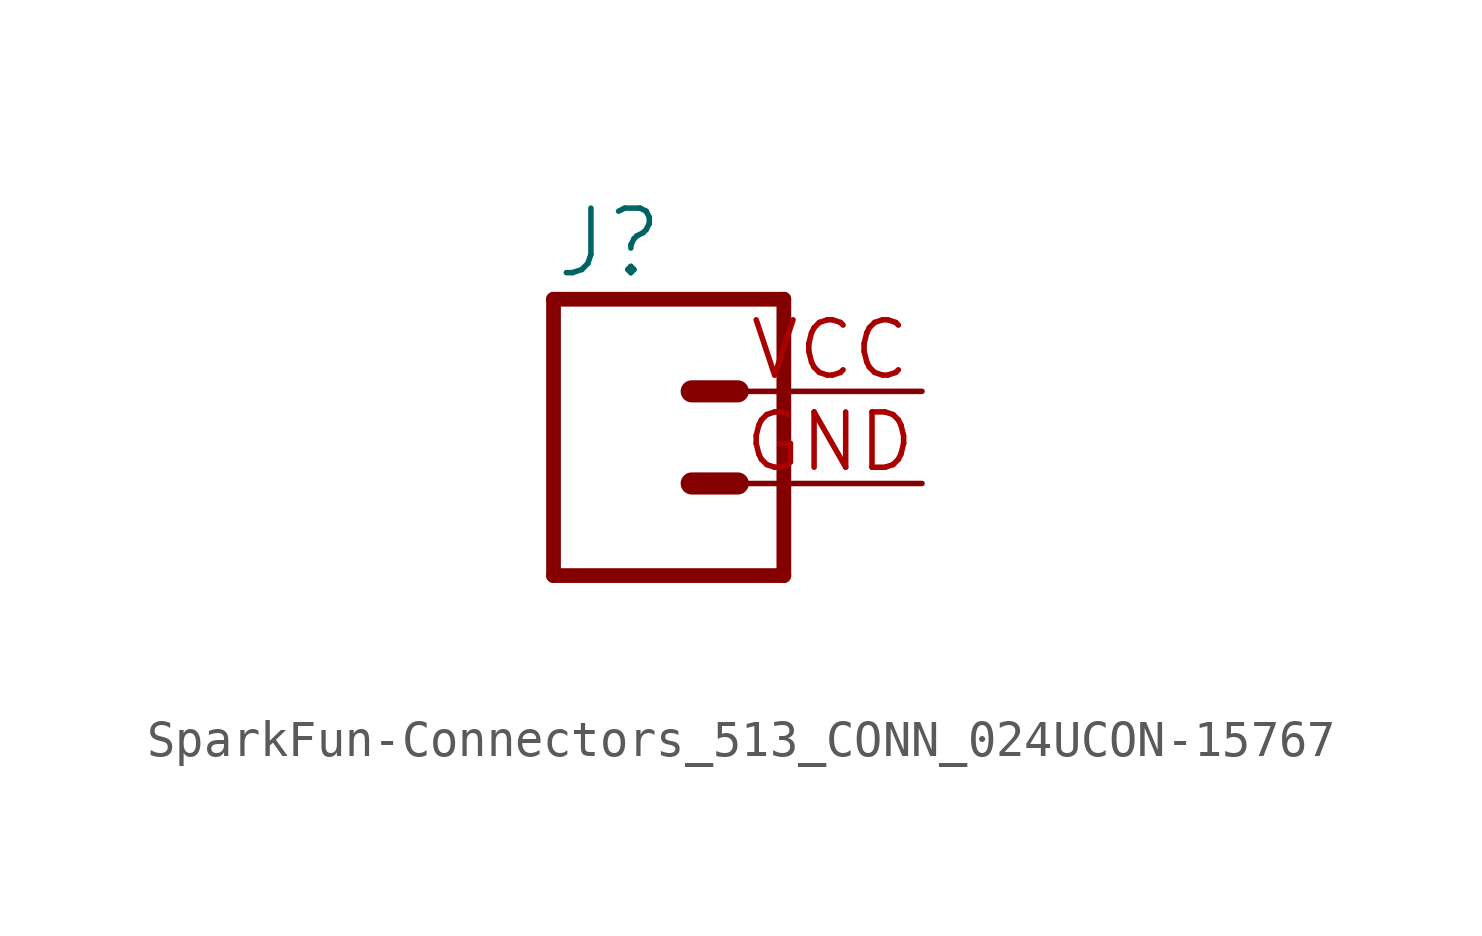
<source format=kicad_sym>
(kicad_symbol_lib
  (version 20241209)
  (generator "kicad_symbol_editor")
  (generator_version "9.0")
  (symbol "SparkFun-Connectors_513_CONN_024UCON-15767"
    (property "Reference" "J"
      (at -2.54 5.588 0)
      (effects (font (size 1.778 1.778)) (justify left bottom)))
    (property "Value" ""
      (at -2.54 -4.826 0)
      (effects (font (size 1.778 1.778)) (justify left bottom)))
    (property "ki_locked" ""
      (at 0 0 0)
      (effects (font (size 1.27 1.27))))
    (symbol "SparkFun-Connectors_513_CONN_024UCON-15767_1_0"
      (polyline (pts (xy -2.54 5.08) (xy -2.54 -2.54)) (stroke (width 0.406) (type solid)) (fill (type none)))
      (polyline (pts (xy -2.54 5.08) (xy 3.81 5.08)) (stroke (width 0.406) (type solid)) (fill (type none)))
      (polyline (pts (xy 1.27 2.54) (xy 2.54 2.54)) (stroke (width 0.61) (type solid)) (fill (type none)))
      (polyline (pts (xy 1.27 0) (xy 2.54 0)) (stroke (width 0.61) (type solid)) (fill (type none)))
      (polyline (pts (xy 3.81 -2.54) (xy -2.54 -2.54)) (stroke (width 0.406) (type solid)) (fill (type none)))
      (polyline (pts (xy 3.81 -2.54) (xy 3.81 5.08)) (stroke (width 0.406) (type solid)) (fill (type none)))
      (pin passive line (at 7.62 2.54 180) (length 5.08) (name "2" (effects (font (size 0 0)))) (number "VCC" (effects (font (size 1.524 1.524)))))
      (pin passive line (at 7.62 0 180) (length 5.08) (name "1" (effects (font (size 0 0)))) (number "GND" (effects (font (size 1.524 1.524))))))))
</source>
